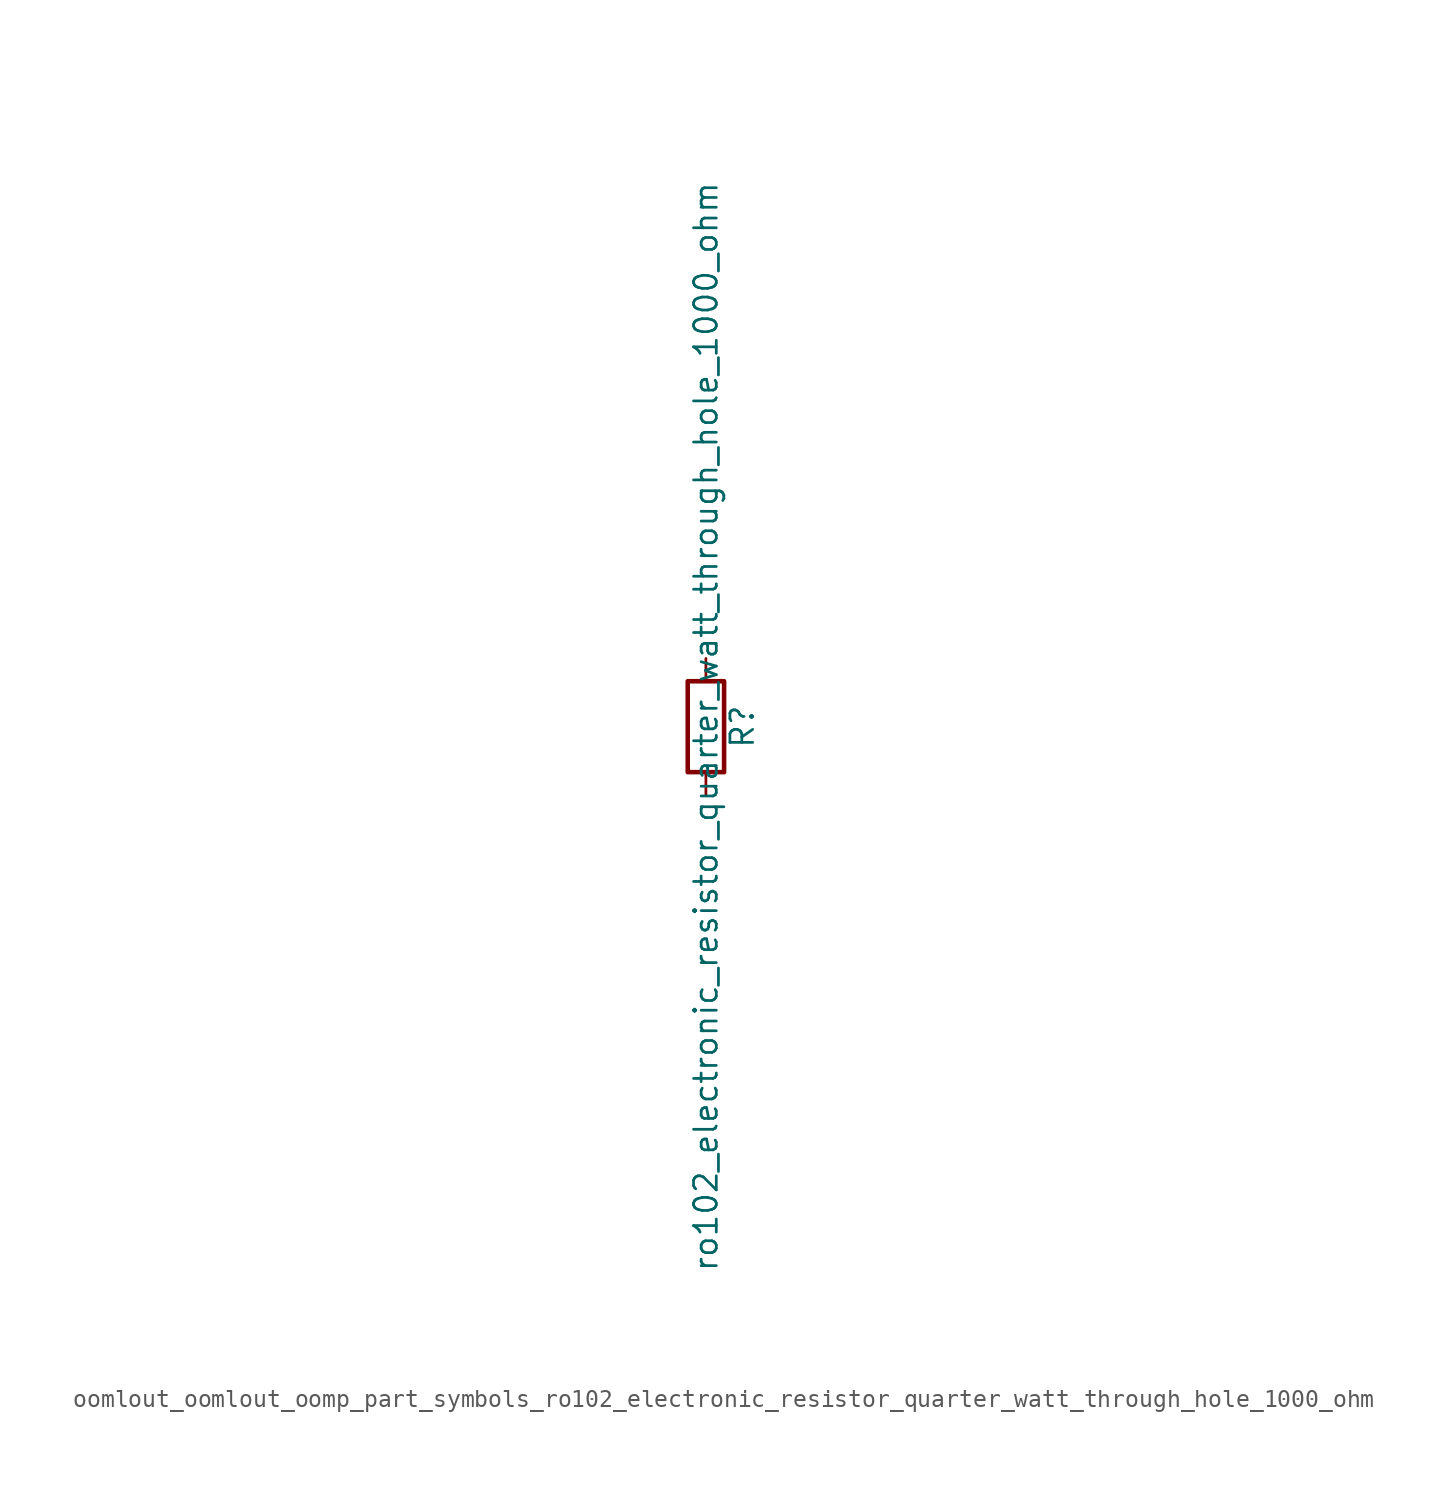
<source format=kicad_sym>
(kicad_symbol_lib
  (version 20220914)
  (generator kicad_symbol_editor)
  (symbol "oomlout_oomlout_oomp_part_symbols_ro102_electronic_resistor_quarter_watt_through_hole_1000_ohm"
    (pin_numbers hide)
    (pin_names
      (offset 0))
    (property "Reference" "R"
      (at 2.032 0 90)
      (effects (font (size 1.27 1.27))))
    (property "Value" "ro102_electronic_resistor_quarter_watt_through_hole_1000_ohm"
      (at 0 0 90)
      (effects (font (size 1.27 1.27))))
    (symbol "oomlout_oomlout_oomp_part_symbols_ro102_electronic_resistor_quarter_watt_through_hole_1000_ohm_0_1"
      (rectangle (start -1.016 -2.54) (end 1.016 2.54) (stroke (width 0.254) (type default)) (fill (type none))))
    (symbol "oomlout_oomlout_oomp_part_symbols_ro102_electronic_resistor_quarter_watt_through_hole_1000_ohm_1_1"
      (pin passive line (at 0 3.81 270) (length 1.27) (name "~" (effects (font (size 1.27 1.27)))) (number "1" (effects (font (size 1.27 1.27)))))
      (pin passive line (at 0 -3.81 90) (length 1.27) (name "~" (effects (font (size 1.27 1.27)))) (number "2" (effects (font (size 1.27 1.27))))))))
</source>
